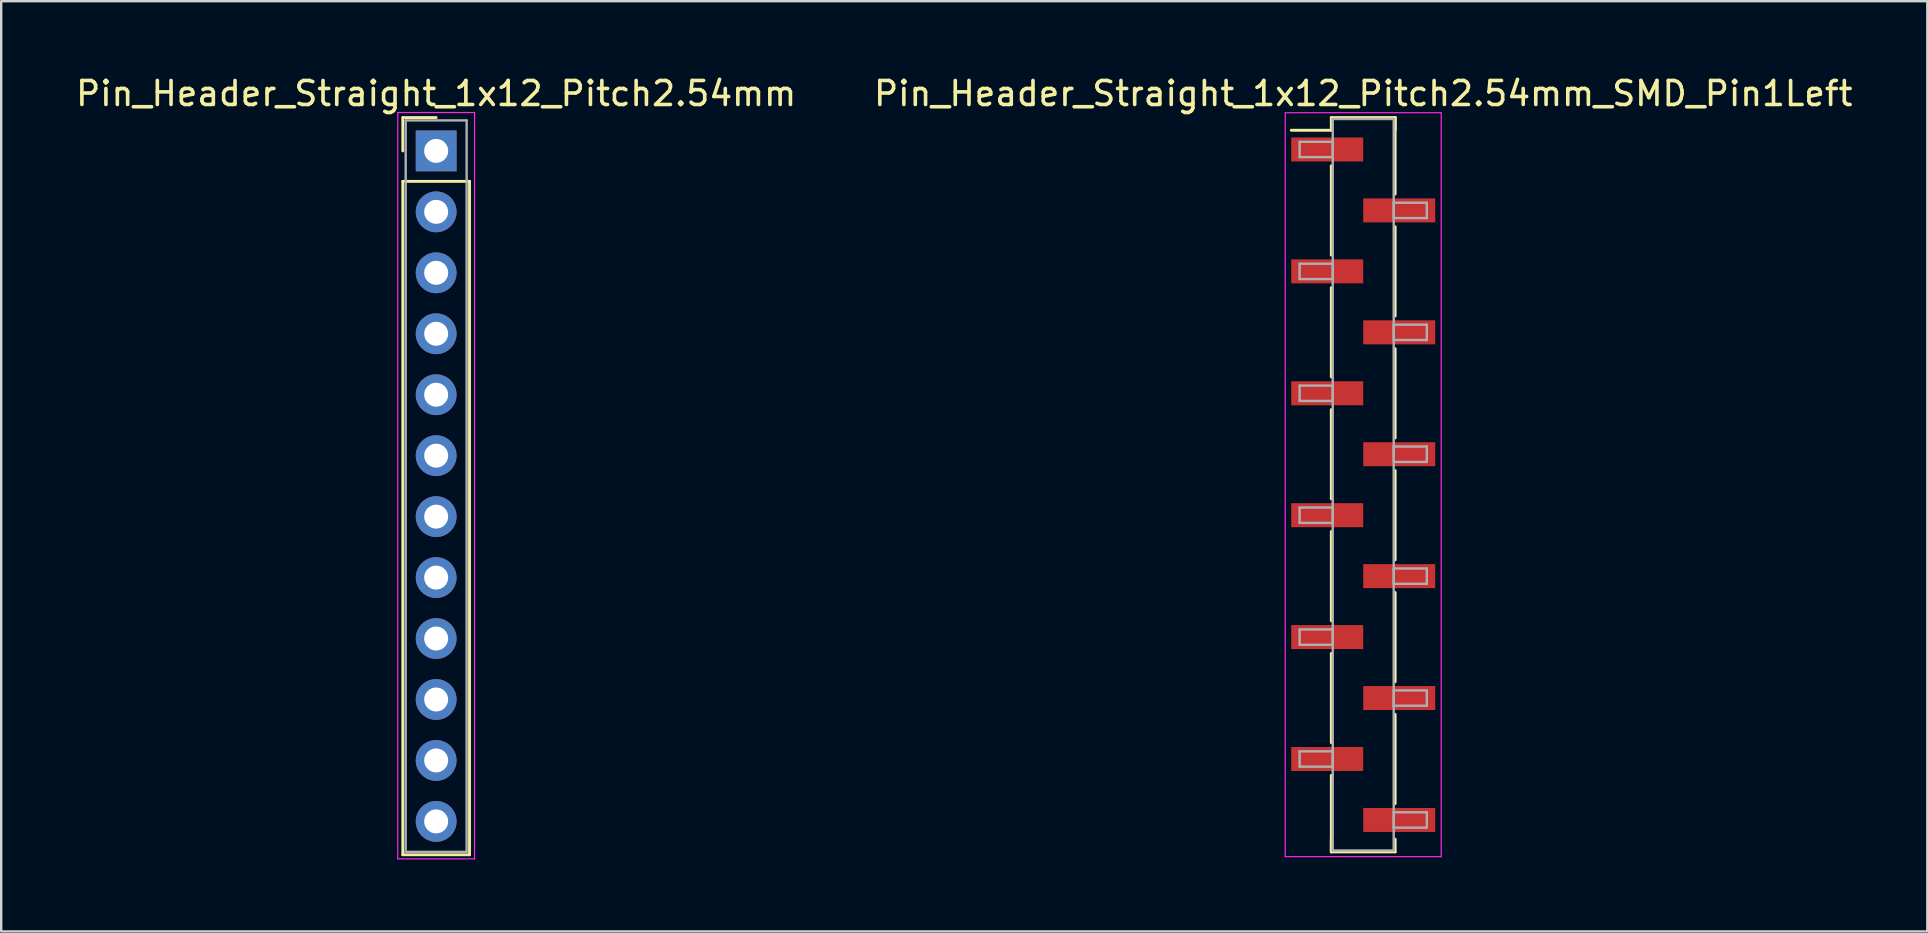
<source format=kicad_pcb>
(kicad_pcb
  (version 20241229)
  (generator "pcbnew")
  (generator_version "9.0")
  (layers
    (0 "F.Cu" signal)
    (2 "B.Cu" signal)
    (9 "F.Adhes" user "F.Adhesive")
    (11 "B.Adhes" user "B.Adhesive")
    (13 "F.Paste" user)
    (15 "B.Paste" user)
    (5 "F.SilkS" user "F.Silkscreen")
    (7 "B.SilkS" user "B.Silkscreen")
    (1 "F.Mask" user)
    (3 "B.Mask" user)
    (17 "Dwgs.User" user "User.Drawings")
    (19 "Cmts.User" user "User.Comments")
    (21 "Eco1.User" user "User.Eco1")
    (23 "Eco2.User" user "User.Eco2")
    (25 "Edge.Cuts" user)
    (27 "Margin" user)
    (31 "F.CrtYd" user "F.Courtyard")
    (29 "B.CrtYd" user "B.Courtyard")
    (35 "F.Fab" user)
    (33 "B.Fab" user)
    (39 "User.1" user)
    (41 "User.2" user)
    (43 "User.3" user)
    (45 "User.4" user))
  (footprint "Pin_Header_Straight_1x12_Pitch2.54mm"
    (layer "F.Cu")
    (at 15.125 3.238)
    (property "Reference" "Pin_Header_Straight_1x12_Pitch2.54mm" (at 0 -2.39 0) (layer "F.SilkS") (effects (font (size 1 1) (thickness 0.15))))
    (attr through_hole)
    (fp_line (start -1.39 -1.39) (end 0 -1.39) (stroke (width 0.12) (type solid)) (layer "F.SilkS"))
    (fp_line (start -1.39 0) (end -1.39 -1.39) (stroke (width 0.12) (type solid)) (layer "F.SilkS"))
    (fp_line (start -1.39 1.27) (end -1.39 29.33) (stroke (width 0.12) (type solid)) (layer "F.SilkS"))
    (fp_line (start -1.39 29.33) (end 1.39 29.33) (stroke (width 0.12) (type solid)) (layer "F.SilkS"))
    (fp_line (start 1.39 1.27) (end -1.39 1.27) (stroke (width 0.12) (type solid)) (layer "F.SilkS"))
    (fp_line (start 1.39 29.33) (end 1.39 1.27) (stroke (width 0.12) (type solid)) (layer "F.SilkS"))
    (fp_line (start -1.6 -1.6) (end -1.6 29.5) (stroke (width 0.05) (type solid)) (layer "F.CrtYd"))
    (fp_line (start -1.6 29.5) (end 1.6 29.5) (stroke (width 0.05) (type solid)) (layer "F.CrtYd"))
    (fp_line (start 1.6 -1.6) (end -1.6 -1.6) (stroke (width 0.05) (type solid)) (layer "F.CrtYd"))
    (fp_line (start 1.6 29.5) (end 1.6 -1.6) (stroke (width 0.05) (type solid)) (layer "F.CrtYd"))
    (fp_line (start -1.27 -1.27) (end -1.27 29.21) (stroke (width 0.1) (type solid)) (layer "F.Fab"))
    (fp_line (start -1.27 29.21) (end 1.27 29.21) (stroke (width 0.1) (type solid)) (layer "F.Fab"))
    (fp_line (start 1.27 -1.27) (end -1.27 -1.27) (stroke (width 0.1) (type solid)) (layer "F.Fab"))
    (fp_line (start 1.27 29.21) (end 1.27 -1.27) (stroke (width 0.1) (type solid)) (layer "F.Fab"))
    (pad "1" thru_hole rect (at 0 0) (size 1.7 1.7) (drill 1) (layers "*.Cu" "*.Mask"))
    (pad "2" thru_hole oval (at 0 2.54) (size 1.7 1.7) (drill 1) (layers "*.Cu" "*.Mask"))
    (pad "3" thru_hole oval (at 0 5.08) (size 1.7 1.7) (drill 1) (layers "*.Cu" "*.Mask"))
    (pad "4" thru_hole oval (at 0 7.62) (size 1.7 1.7) (drill 1) (layers "*.Cu" "*.Mask"))
    (pad "5" thru_hole oval (at 0 10.16) (size 1.7 1.7) (drill 1) (layers "*.Cu" "*.Mask"))
    (pad "6" thru_hole oval (at 0 12.7) (size 1.7 1.7) (drill 1) (layers "*.Cu" "*.Mask"))
    (pad "7" thru_hole oval (at 0 15.24) (size 1.7 1.7) (drill 1) (layers "*.Cu" "*.Mask"))
    (pad "8" thru_hole oval (at 0 17.78) (size 1.7 1.7) (drill 1) (layers "*.Cu" "*.Mask"))
    (pad "9" thru_hole oval (at 0 20.32) (size 1.7 1.7) (drill 1) (layers "*.Cu" "*.Mask"))
    (pad "10" thru_hole oval (at 0 22.86) (size 1.7 1.7) (drill 1) (layers "*.Cu" "*.Mask"))
    (pad "11" thru_hole oval (at 0 25.4) (size 1.7 1.7) (drill 1) (layers "*.Cu" "*.Mask"))
    (pad "12" thru_hole oval (at 0 27.94) (size 1.7 1.7) (drill 1) (layers "*.Cu" "*.Mask")))
  (footprint "Pin_Header_Straight_1x12_Pitch2.54mm_SMD_Pin1Left"
    (layer "F.Cu")
    (at 53.756 17.148)
    (property "Reference" "Pin_Header_Straight_1x12_Pitch2.54mm_SMD_Pin1Left" (at 0 -16.3 0) (layer "F.SilkS") (effects (font (size 1 1) (thickness 0.15))))
    (attr smd)
    (fp_line (start -1.33 -15.3) (end 1.33 -15.3) (stroke (width 0.12) (type solid)) (layer "F.SilkS"))
    (fp_line (start -1.33 -14.77) (end -3 -14.77) (stroke (width 0.12) (type solid)) (layer "F.SilkS"))
    (fp_line (start -1.33 -14.77) (end -1.33 -15.3) (stroke (width 0.12) (type solid)) (layer "F.SilkS"))
    (fp_line (start -1.33 -13.29) (end -1.33 -9.57) (stroke (width 0.12) (type solid)) (layer "F.SilkS"))
    (fp_line (start -1.33 -8.21) (end -1.33 -4.49) (stroke (width 0.12) (type solid)) (layer "F.SilkS"))
    (fp_line (start -1.33 -3.13) (end -1.33 0.59) (stroke (width 0.12) (type solid)) (layer "F.SilkS"))
    (fp_line (start -1.33 1.95) (end -1.33 5.67) (stroke (width 0.12) (type solid)) (layer "F.SilkS"))
    (fp_line (start -1.33 7.03) (end -1.33 10.75) (stroke (width 0.12) (type solid)) (layer "F.SilkS"))
    (fp_line (start -1.33 12.11) (end -1.33 15.3) (stroke (width 0.12) (type solid)) (layer "F.SilkS"))
    (fp_line (start -1.33 14.77) (end -1.33 15.3) (stroke (width 0.12) (type solid)) (layer "F.SilkS"))
    (fp_line (start -1.33 15.3) (end 1.33 15.3) (stroke (width 0.12) (type solid)) (layer "F.SilkS"))
    (fp_line (start 1.33 -15.3) (end 1.33 -14.77) (stroke (width 0.12) (type solid)) (layer "F.SilkS"))
    (fp_line (start 1.33 -15.3) (end 1.33 -12.11) (stroke (width 0.12) (type solid)) (layer "F.SilkS"))
    (fp_line (start 1.33 -10.75) (end 1.33 -7.03) (stroke (width 0.12) (type solid)) (layer "F.SilkS"))
    (fp_line (start 1.33 -5.67) (end 1.33 -1.95) (stroke (width 0.12) (type solid)) (layer "F.SilkS"))
    (fp_line (start 1.33 -0.59) (end 1.33 3.13) (stroke (width 0.12) (type solid)) (layer "F.SilkS"))
    (fp_line (start 1.33 4.49) (end 1.33 8.21) (stroke (width 0.12) (type solid)) (layer "F.SilkS"))
    (fp_line (start 1.33 9.57) (end 1.33 13.29) (stroke (width 0.12) (type solid)) (layer "F.SilkS"))
    (fp_line (start 1.33 15.3) (end 1.33 14.77) (stroke (width 0.12) (type solid)) (layer "F.SilkS"))
    (fp_line (start -3.25 -15.5) (end -3.25 15.5) (stroke (width 0.05) (type solid)) (layer "F.CrtYd"))
    (fp_line (start -3.25 15.5) (end 3.25 15.5) (stroke (width 0.05) (type solid)) (layer "F.CrtYd"))
    (fp_line (start 3.25 -15.5) (end -3.25 -15.5) (stroke (width 0.05) (type solid)) (layer "F.CrtYd"))
    (fp_line (start 3.25 15.5) (end 3.25 -15.5) (stroke (width 0.05) (type solid)) (layer "F.CrtYd"))
    (fp_line (start -2.65 -14.29) (end -1.27 -14.29) (stroke (width 0.1) (type solid)) (layer "F.Fab"))
    (fp_line (start -2.65 -13.65) (end -2.65 -14.29) (stroke (width 0.1) (type solid)) (layer "F.Fab"))
    (fp_line (start -2.65 -9.21) (end -1.27 -9.21) (stroke (width 0.1) (type solid)) (layer "F.Fab"))
    (fp_line (start -2.65 -8.57) (end -2.65 -9.21) (stroke (width 0.1) (type solid)) (layer "F.Fab"))
    (fp_line (start -2.65 -4.13) (end -1.27 -4.13) (stroke (width 0.1) (type solid)) (layer "F.Fab"))
    (fp_line (start -2.65 -3.49) (end -2.65 -4.13) (stroke (width 0.1) (type solid)) (layer "F.Fab"))
    (fp_line (start -2.65 0.95) (end -1.27 0.95) (stroke (width 0.1) (type solid)) (layer "F.Fab"))
    (fp_line (start -2.65 1.59) (end -2.65 0.95) (stroke (width 0.1) (type solid)) (layer "F.Fab"))
    (fp_line (start -2.65 6.03) (end -1.27 6.03) (stroke (width 0.1) (type solid)) (layer "F.Fab"))
    (fp_line (start -2.65 6.67) (end -2.65 6.03) (stroke (width 0.1) (type solid)) (layer "F.Fab"))
    (fp_line (start -2.65 11.11) (end -1.27 11.11) (stroke (width 0.1) (type solid)) (layer "F.Fab"))
    (fp_line (start -2.65 11.75) (end -2.65 11.11) (stroke (width 0.1) (type solid)) (layer "F.Fab"))
    (fp_line (start -1.27 -15.24) (end -1.27 15.24) (stroke (width 0.1) (type solid)) (layer "F.Fab"))
    (fp_line (start -1.27 -14.29) (end -1.27 -13.65) (stroke (width 0.1) (type solid)) (layer "F.Fab"))
    (fp_line (start -1.27 -13.65) (end -2.65 -13.65) (stroke (width 0.1) (type solid)) (layer "F.Fab"))
    (fp_line (start -1.27 -9.21) (end -1.27 -8.57) (stroke (width 0.1) (type solid)) (layer "F.Fab"))
    (fp_line (start -1.27 -8.57) (end -2.65 -8.57) (stroke (width 0.1) (type solid)) (layer "F.Fab"))
    (fp_line (start -1.27 -4.13) (end -1.27 -3.49) (stroke (width 0.1) (type solid)) (layer "F.Fab"))
    (fp_line (start -1.27 -3.49) (end -2.65 -3.49) (stroke (width 0.1) (type solid)) (layer "F.Fab"))
    (fp_line (start -1.27 0.95) (end -1.27 1.59) (stroke (width 0.1) (type solid)) (layer "F.Fab"))
    (fp_line (start -1.27 1.59) (end -2.65 1.59) (stroke (width 0.1) (type solid)) (layer "F.Fab"))
    (fp_line (start -1.27 6.03) (end -1.27 6.67) (stroke (width 0.1) (type solid)) (layer "F.Fab"))
    (fp_line (start -1.27 6.67) (end -2.65 6.67) (stroke (width 0.1) (type solid)) (layer "F.Fab"))
    (fp_line (start -1.27 11.11) (end -1.27 11.75) (stroke (width 0.1) (type solid)) (layer "F.Fab"))
    (fp_line (start -1.27 11.75) (end -2.65 11.75) (stroke (width 0.1) (type solid)) (layer "F.Fab"))
    (fp_line (start -1.27 15.24) (end 1.27 15.24) (stroke (width 0.1) (type solid)) (layer "F.Fab"))
    (fp_line (start 1.27 -15.24) (end -1.27 -15.24) (stroke (width 0.1) (type solid)) (layer "F.Fab"))
    (fp_line (start 1.27 -11.75) (end 1.27 -11.11) (stroke (width 0.1) (type solid)) (layer "F.Fab"))
    (fp_line (start 1.27 -11.11) (end 2.65 -11.11) (stroke (width 0.1) (type solid)) (layer "F.Fab"))
    (fp_line (start 1.27 -6.67) (end 1.27 -6.03) (stroke (width 0.1) (type solid)) (layer "F.Fab"))
    (fp_line (start 1.27 -6.03) (end 2.65 -6.03) (stroke (width 0.1) (type solid)) (layer "F.Fab"))
    (fp_line (start 1.27 -1.59) (end 1.27 -0.95) (stroke (width 0.1) (type solid)) (layer "F.Fab"))
    (fp_line (start 1.27 -0.95) (end 2.65 -0.95) (stroke (width 0.1) (type solid)) (layer "F.Fab"))
    (fp_line (start 1.27 3.49) (end 1.27 4.13) (stroke (width 0.1) (type solid)) (layer "F.Fab"))
    (fp_line (start 1.27 4.13) (end 2.65 4.13) (stroke (width 0.1) (type solid)) (layer "F.Fab"))
    (fp_line (start 1.27 8.57) (end 1.27 9.21) (stroke (width 0.1) (type solid)) (layer "F.Fab"))
    (fp_line (start 1.27 9.21) (end 2.65 9.21) (stroke (width 0.1) (type solid)) (layer "F.Fab"))
    (fp_line (start 1.27 13.65) (end 1.27 14.29) (stroke (width 0.1) (type solid)) (layer "F.Fab"))
    (fp_line (start 1.27 14.29) (end 2.65 14.29) (stroke (width 0.1) (type solid)) (layer "F.Fab"))
    (fp_line (start 1.27 15.24) (end 1.27 -15.24) (stroke (width 0.1) (type solid)) (layer "F.Fab"))
    (fp_line (start 2.65 -11.75) (end 1.27 -11.75) (stroke (width 0.1) (type solid)) (layer "F.Fab"))
    (fp_line (start 2.65 -11.11) (end 2.65 -11.75) (stroke (width 0.1) (type solid)) (layer "F.Fab"))
    (fp_line (start 2.65 -6.67) (end 1.27 -6.67) (stroke (width 0.1) (type solid)) (layer "F.Fab"))
    (fp_line (start 2.65 -6.03) (end 2.65 -6.67) (stroke (width 0.1) (type solid)) (layer "F.Fab"))
    (fp_line (start 2.65 -1.59) (end 1.27 -1.59) (stroke (width 0.1) (type solid)) (layer "F.Fab"))
    (fp_line (start 2.65 -0.95) (end 2.65 -1.59) (stroke (width 0.1) (type solid)) (layer "F.Fab"))
    (fp_line (start 2.65 3.49) (end 1.27 3.49) (stroke (width 0.1) (type solid)) (layer "F.Fab"))
    (fp_line (start 2.65 4.13) (end 2.65 3.49) (stroke (width 0.1) (type solid)) (layer "F.Fab"))
    (fp_line (start 2.65 8.57) (end 1.27 8.57) (stroke (width 0.1) (type solid)) (layer "F.Fab"))
    (fp_line (start 2.65 9.21) (end 2.65 8.57) (stroke (width 0.1) (type solid)) (layer "F.Fab"))
    (fp_line (start 2.65 13.65) (end 1.27 13.65) (stroke (width 0.1) (type solid)) (layer "F.Fab"))
    (fp_line (start 2.65 14.29) (end 2.65 13.65) (stroke (width 0.1) (type solid)) (layer "F.Fab"))
    (pad "1" smd rect (at -1.5 -13.97) (size 3 1) (layers "F.Cu" "F.Mask"))
    (pad "2" smd rect (at 1.5 -11.43) (size 3 1) (layers "F.Cu" "F.Mask"))
    (pad "3" smd rect (at -1.5 -8.89) (size 3 1) (layers "F.Cu" "F.Mask"))
    (pad "4" smd rect (at 1.5 -6.35) (size 3 1) (layers "F.Cu" "F.Mask"))
    (pad "5" smd rect (at -1.5 -3.81) (size 3 1) (layers "F.Cu" "F.Mask"))
    (pad "6" smd rect (at 1.5 -1.27) (size 3 1) (layers "F.Cu" "F.Mask"))
    (pad "7" smd rect (at -1.5 1.27) (size 3 1) (layers "F.Cu" "F.Mask"))
    (pad "8" smd rect (at 1.5 3.81) (size 3 1) (layers "F.Cu" "F.Mask"))
    (pad "9" smd rect (at -1.5 6.35) (size 3 1) (layers "F.Cu" "F.Mask"))
    (pad "10" smd rect (at 1.5 8.89) (size 3 1) (layers "F.Cu" "F.Mask"))
    (pad "11" smd rect (at -1.5 11.43) (size 3 1) (layers "F.Cu" "F.Mask"))
    (pad "12" smd rect (at 1.5 13.97) (size 3 1) (layers "F.Cu" "F.Mask")))
  (gr_rect
    (start -3 -3)
    (end 77.262 35.763)
    (stroke (width 0.1) (type default))
    (fill no)
    (layer "Edge.Cuts")))
</source>
